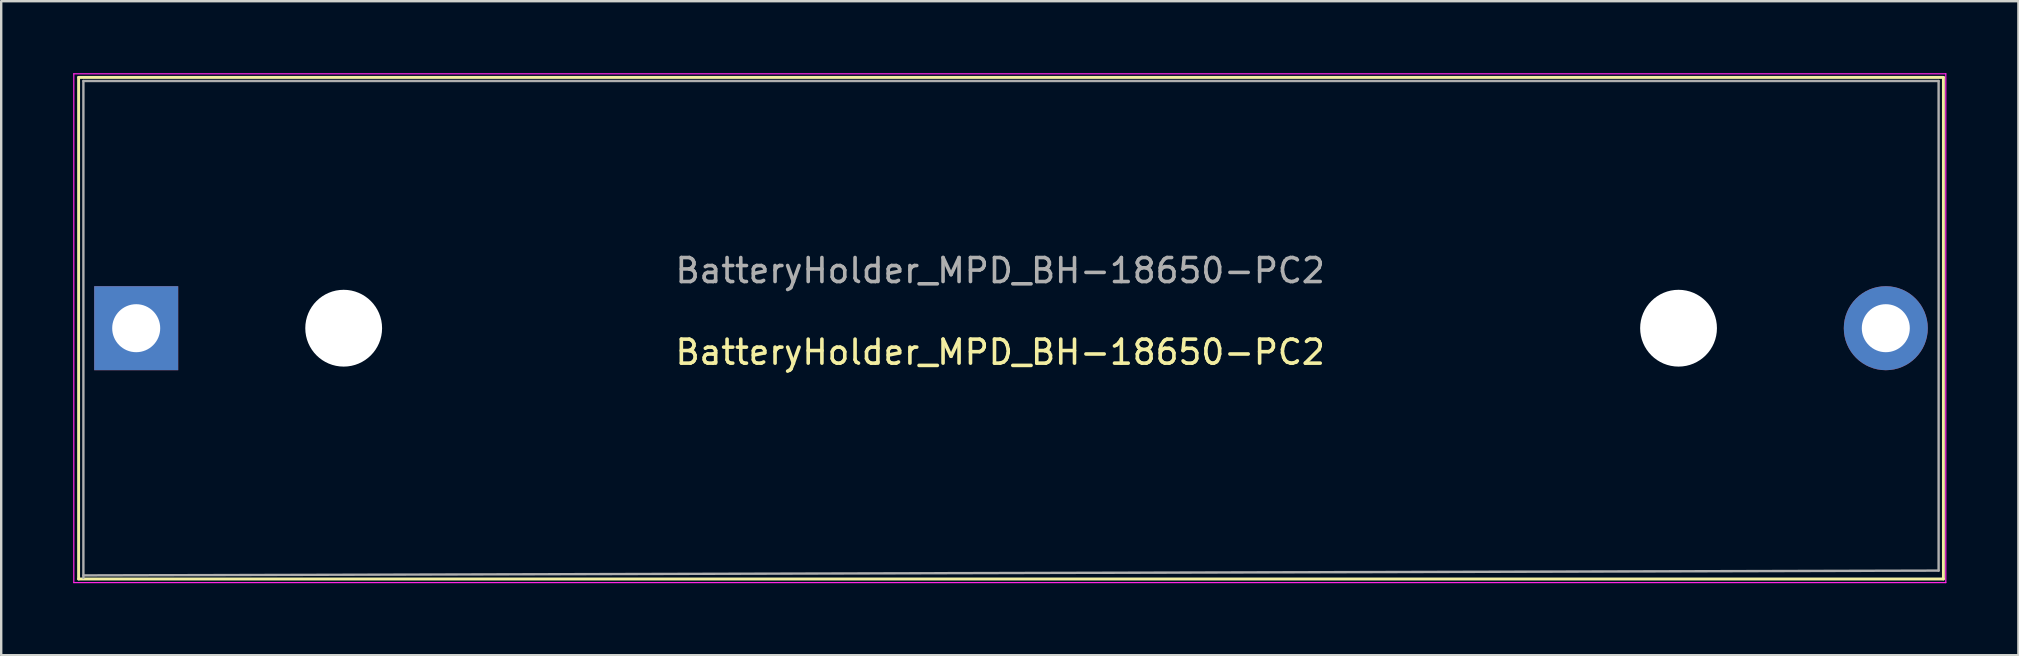
<source format=kicad_pcb>
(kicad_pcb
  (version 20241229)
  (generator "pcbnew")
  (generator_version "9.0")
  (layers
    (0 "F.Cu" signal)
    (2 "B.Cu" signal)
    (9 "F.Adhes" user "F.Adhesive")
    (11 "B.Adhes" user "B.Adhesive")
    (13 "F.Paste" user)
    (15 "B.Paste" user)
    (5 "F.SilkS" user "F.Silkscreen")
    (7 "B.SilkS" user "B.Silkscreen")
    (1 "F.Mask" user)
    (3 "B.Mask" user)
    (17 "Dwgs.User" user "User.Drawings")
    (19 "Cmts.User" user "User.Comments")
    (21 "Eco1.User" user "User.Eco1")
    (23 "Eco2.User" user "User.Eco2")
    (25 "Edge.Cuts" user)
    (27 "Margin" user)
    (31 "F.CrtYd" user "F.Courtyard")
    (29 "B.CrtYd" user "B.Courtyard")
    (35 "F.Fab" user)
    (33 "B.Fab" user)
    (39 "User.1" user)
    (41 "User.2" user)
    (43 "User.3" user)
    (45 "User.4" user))
  (footprint "BatteryHolder_MPD_BH-18650-PC2"
    (layer "F.Cu")
    (at 2.625 10.625)
    (property "Reference" "BatteryHolder_MPD_BH-18650-PC2" (at 36 1 0) (layer "F.SilkS") (effects (font (size 1 1) (thickness 0.15))))
    (attr through_hole)
    (fp_line (start -2.4 -10.45) (end 75.3 -10.45) (stroke (width 0.12) (type solid)) (layer "F.SilkS"))
    (fp_line (start -2.4 10.45) (end -2.4 -10.45) (stroke (width 0.12) (type solid)) (layer "F.SilkS"))
    (fp_line (start 75.3 -10.45) (end 75.3 10.45) (stroke (width 0.12) (type solid)) (layer "F.SilkS"))
    (fp_line (start 75.3 10.45) (end -2.4 10.45) (stroke (width 0.12) (type solid)) (layer "F.SilkS"))
    (fp_line (start -2.6 -10.6) (end 75.4 -10.6) (stroke (width 0.05) (type solid)) (layer "F.CrtYd"))
    (fp_line (start -2.6 10.6) (end -2.6 -10.6) (stroke (width 0.05) (type solid)) (layer "F.CrtYd"))
    (fp_line (start 75.4 -10.6) (end 75.4 10.6) (stroke (width 0.05) (type solid)) (layer "F.CrtYd"))
    (fp_line (start 75.4 10.6) (end -2.6 10.6) (stroke (width 0.05) (type solid)) (layer "F.CrtYd"))
    (fp_line (start -2.2 -10.3) (end 75.1 -10.3) (stroke (width 0.1) (type solid)) (layer "F.Fab"))
    (fp_line (start -2.2 10.4) (end -2.2 -10.3) (stroke (width 0.1) (type solid)) (layer "F.Fab"))
    (fp_line (start 75.1 -10.3) (end 75.1 10.1) (stroke (width 0.1) (type solid)) (layer "F.Fab"))
    (fp_line (start 75.1 10.1) (end -2.2 10.3) (stroke (width 0.1) (type solid)) (layer "F.Fab"))
    (fp_text user "${REFERENCE}" (at 36 -2.4 0) (layer "F.Fab") (effects (font (size 1 1) (thickness 0.15))))
    (pad "" np_thru_hole circle (at 8.645 0) (size 3.2 3.2) (drill 3.2) (layers "*.Cu" "*.Mask"))
    (pad "" np_thru_hole circle (at 64.264 0) (size 3.2 3.2) (drill 3.2) (layers "*.Cu" "*.Mask"))
    (pad "1" thru_hole rect (at 0 0) (size 3.5 3.5) (drill 2) (layers "*.Cu" "*.Mask"))
    (pad "2" thru_hole circle (at 72.9 0) (size 3.5 3.5) (drill 2) (layers "*.Cu" "*.Mask")))
  (gr_rect
    (start -3 -3)
    (end 81.05 24.25)
    (stroke (width 0.1) (type default))
    (fill no)
    (layer "Edge.Cuts")))
</source>
